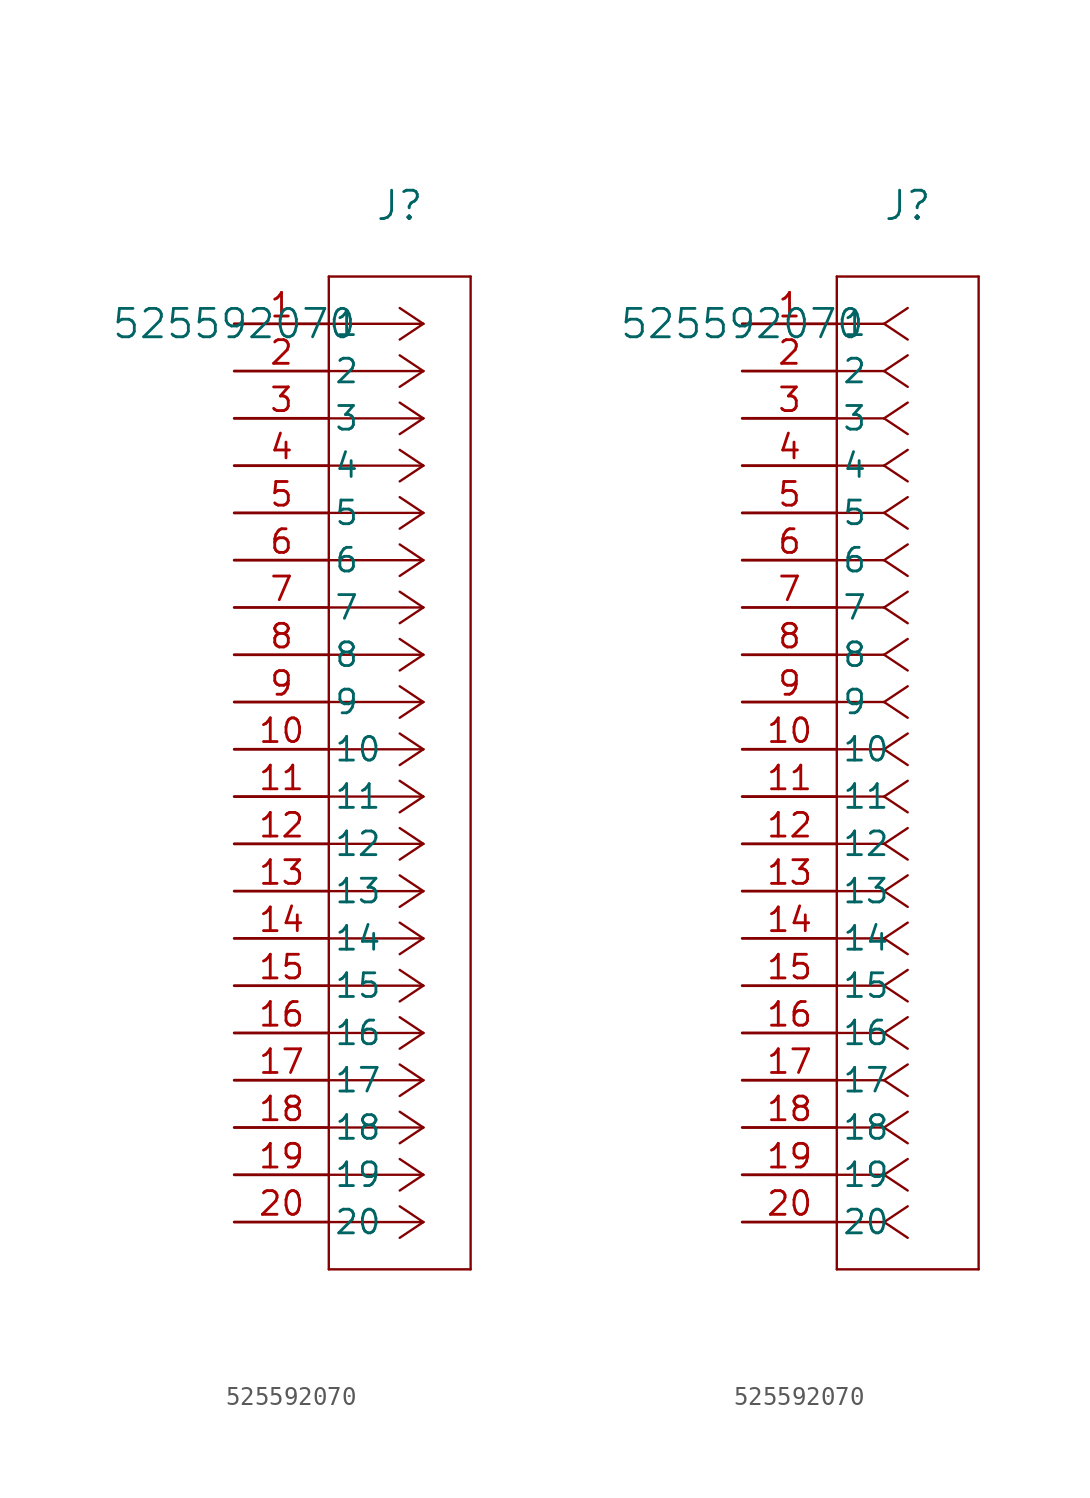
<source format=kicad_sym>
(kicad_symbol_lib
  (version 20211014)
  (generator kicad_symbol_editor)
  (symbol "525592070"
    (pin_names
      (offset 0.254))
    (property "Reference" "J"
      (at 8.89 6.35 0)
      (effects (font (size 1.524 1.524))))
    (property "Value" "525592070"
      (at 0 0 0)
      (effects (font (size 1.524 1.524))))
    (symbol "525592070_1_1"
      (polyline (pts (xy 10.16 0) (xy 5.08 0)) (stroke (width 0.127) (type default) (color 0 0 0 0)) (fill (type none)))
      (polyline (pts (xy 10.16 -2.54) (xy 5.08 -2.54)) (stroke (width 0.127) (type default) (color 0 0 0 0)) (fill (type none)))
      (polyline (pts (xy 10.16 -5.08) (xy 5.08 -5.08)) (stroke (width 0.127) (type default) (color 0 0 0 0)) (fill (type none)))
      (polyline (pts (xy 10.16 -7.62) (xy 5.08 -7.62)) (stroke (width 0.127) (type default) (color 0 0 0 0)) (fill (type none)))
      (polyline (pts (xy 10.16 -10.16) (xy 5.08 -10.16)) (stroke (width 0.127) (type default) (color 0 0 0 0)) (fill (type none)))
      (polyline (pts (xy 10.16 -12.7) (xy 5.08 -12.7)) (stroke (width 0.127) (type default) (color 0 0 0 0)) (fill (type none)))
      (polyline (pts (xy 10.16 -15.24) (xy 5.08 -15.24)) (stroke (width 0.127) (type default) (color 0 0 0 0)) (fill (type none)))
      (polyline (pts (xy 10.16 -17.78) (xy 5.08 -17.78)) (stroke (width 0.127) (type default) (color 0 0 0 0)) (fill (type none)))
      (polyline (pts (xy 10.16 -20.32) (xy 5.08 -20.32)) (stroke (width 0.127) (type default) (color 0 0 0 0)) (fill (type none)))
      (polyline (pts (xy 10.16 -22.86) (xy 5.08 -22.86)) (stroke (width 0.127) (type default) (color 0 0 0 0)) (fill (type none)))
      (polyline (pts (xy 10.16 -25.4) (xy 5.08 -25.4)) (stroke (width 0.127) (type default) (color 0 0 0 0)) (fill (type none)))
      (polyline (pts (xy 10.16 -27.94) (xy 5.08 -27.94)) (stroke (width 0.127) (type default) (color 0 0 0 0)) (fill (type none)))
      (polyline (pts (xy 10.16 -30.48) (xy 5.08 -30.48)) (stroke (width 0.127) (type default) (color 0 0 0 0)) (fill (type none)))
      (polyline (pts (xy 10.16 -33.02) (xy 5.08 -33.02)) (stroke (width 0.127) (type default) (color 0 0 0 0)) (fill (type none)))
      (polyline (pts (xy 10.16 -35.56) (xy 5.08 -35.56)) (stroke (width 0.127) (type default) (color 0 0 0 0)) (fill (type none)))
      (polyline (pts (xy 10.16 -38.1) (xy 5.08 -38.1)) (stroke (width 0.127) (type default) (color 0 0 0 0)) (fill (type none)))
      (polyline (pts (xy 10.16 -40.64) (xy 5.08 -40.64)) (stroke (width 0.127) (type default) (color 0 0 0 0)) (fill (type none)))
      (polyline (pts (xy 10.16 -43.18) (xy 5.08 -43.18)) (stroke (width 0.127) (type default) (color 0 0 0 0)) (fill (type none)))
      (polyline (pts (xy 10.16 -45.72) (xy 5.08 -45.72)) (stroke (width 0.127) (type default) (color 0 0 0 0)) (fill (type none)))
      (polyline (pts (xy 10.16 -48.26) (xy 5.08 -48.26)) (stroke (width 0.127) (type default) (color 0 0 0 0)) (fill (type none)))
      (polyline (pts (xy 10.16 0) (xy 8.89 0.847)) (stroke (width 0.127) (type default) (color 0 0 0 0)) (fill (type none)))
      (polyline (pts (xy 10.16 -2.54) (xy 8.89 -1.693)) (stroke (width 0.127) (type default) (color 0 0 0 0)) (fill (type none)))
      (polyline (pts (xy 10.16 -5.08) (xy 8.89 -4.233)) (stroke (width 0.127) (type default) (color 0 0 0 0)) (fill (type none)))
      (polyline (pts (xy 10.16 -7.62) (xy 8.89 -6.773)) (stroke (width 0.127) (type default) (color 0 0 0 0)) (fill (type none)))
      (polyline (pts (xy 10.16 -10.16) (xy 8.89 -9.313)) (stroke (width 0.127) (type default) (color 0 0 0 0)) (fill (type none)))
      (polyline (pts (xy 10.16 -12.7) (xy 8.89 -11.853)) (stroke (width 0.127) (type default) (color 0 0 0 0)) (fill (type none)))
      (polyline (pts (xy 10.16 -15.24) (xy 8.89 -14.393)) (stroke (width 0.127) (type default) (color 0 0 0 0)) (fill (type none)))
      (polyline (pts (xy 10.16 -17.78) (xy 8.89 -16.933)) (stroke (width 0.127) (type default) (color 0 0 0 0)) (fill (type none)))
      (polyline (pts (xy 10.16 -20.32) (xy 8.89 -19.473)) (stroke (width 0.127) (type default) (color 0 0 0 0)) (fill (type none)))
      (polyline (pts (xy 10.16 -22.86) (xy 8.89 -22.013)) (stroke (width 0.127) (type default) (color 0 0 0 0)) (fill (type none)))
      (polyline (pts (xy 10.16 -25.4) (xy 8.89 -24.553)) (stroke (width 0.127) (type default) (color 0 0 0 0)) (fill (type none)))
      (polyline (pts (xy 10.16 -27.94) (xy 8.89 -27.093)) (stroke (width 0.127) (type default) (color 0 0 0 0)) (fill (type none)))
      (polyline (pts (xy 10.16 -30.48) (xy 8.89 -29.633)) (stroke (width 0.127) (type default) (color 0 0 0 0)) (fill (type none)))
      (polyline (pts (xy 10.16 -33.02) (xy 8.89 -32.173)) (stroke (width 0.127) (type default) (color 0 0 0 0)) (fill (type none)))
      (polyline (pts (xy 10.16 -35.56) (xy 8.89 -34.713)) (stroke (width 0.127) (type default) (color 0 0 0 0)) (fill (type none)))
      (polyline (pts (xy 10.16 -38.1) (xy 8.89 -37.253)) (stroke (width 0.127) (type default) (color 0 0 0 0)) (fill (type none)))
      (polyline (pts (xy 10.16 -40.64) (xy 8.89 -39.793)) (stroke (width 0.127) (type default) (color 0 0 0 0)) (fill (type none)))
      (polyline (pts (xy 10.16 -43.18) (xy 8.89 -42.333)) (stroke (width 0.127) (type default) (color 0 0 0 0)) (fill (type none)))
      (polyline (pts (xy 10.16 -45.72) (xy 8.89 -44.873)) (stroke (width 0.127) (type default) (color 0 0 0 0)) (fill (type none)))
      (polyline (pts (xy 10.16 -48.26) (xy 8.89 -47.413)) (stroke (width 0.127) (type default) (color 0 0 0 0)) (fill (type none)))
      (polyline (pts (xy 10.16 0) (xy 8.89 -0.847)) (stroke (width 0.127) (type default) (color 0 0 0 0)) (fill (type none)))
      (polyline (pts (xy 10.16 -2.54) (xy 8.89 -3.387)) (stroke (width 0.127) (type default) (color 0 0 0 0)) (fill (type none)))
      (polyline (pts (xy 10.16 -5.08) (xy 8.89 -5.927)) (stroke (width 0.127) (type default) (color 0 0 0 0)) (fill (type none)))
      (polyline (pts (xy 10.16 -7.62) (xy 8.89 -8.467)) (stroke (width 0.127) (type default) (color 0 0 0 0)) (fill (type none)))
      (polyline (pts (xy 10.16 -10.16) (xy 8.89 -11.007)) (stroke (width 0.127) (type default) (color 0 0 0 0)) (fill (type none)))
      (polyline (pts (xy 10.16 -12.7) (xy 8.89 -13.547)) (stroke (width 0.127) (type default) (color 0 0 0 0)) (fill (type none)))
      (polyline (pts (xy 10.16 -15.24) (xy 8.89 -16.087)) (stroke (width 0.127) (type default) (color 0 0 0 0)) (fill (type none)))
      (polyline (pts (xy 10.16 -17.78) (xy 8.89 -18.627)) (stroke (width 0.127) (type default) (color 0 0 0 0)) (fill (type none)))
      (polyline (pts (xy 10.16 -20.32) (xy 8.89 -21.167)) (stroke (width 0.127) (type default) (color 0 0 0 0)) (fill (type none)))
      (polyline (pts (xy 10.16 -22.86) (xy 8.89 -23.707)) (stroke (width 0.127) (type default) (color 0 0 0 0)) (fill (type none)))
      (polyline (pts (xy 10.16 -25.4) (xy 8.89 -26.247)) (stroke (width 0.127) (type default) (color 0 0 0 0)) (fill (type none)))
      (polyline (pts (xy 10.16 -27.94) (xy 8.89 -28.787)) (stroke (width 0.127) (type default) (color 0 0 0 0)) (fill (type none)))
      (polyline (pts (xy 10.16 -30.48) (xy 8.89 -31.327)) (stroke (width 0.127) (type default) (color 0 0 0 0)) (fill (type none)))
      (polyline (pts (xy 10.16 -33.02) (xy 8.89 -33.867)) (stroke (width 0.127) (type default) (color 0 0 0 0)) (fill (type none)))
      (polyline (pts (xy 10.16 -35.56) (xy 8.89 -36.407)) (stroke (width 0.127) (type default) (color 0 0 0 0)) (fill (type none)))
      (polyline (pts (xy 10.16 -38.1) (xy 8.89 -38.947)) (stroke (width 0.127) (type default) (color 0 0 0 0)) (fill (type none)))
      (polyline (pts (xy 10.16 -40.64) (xy 8.89 -41.487)) (stroke (width 0.127) (type default) (color 0 0 0 0)) (fill (type none)))
      (polyline (pts (xy 10.16 -43.18) (xy 8.89 -44.027)) (stroke (width 0.127) (type default) (color 0 0 0 0)) (fill (type none)))
      (polyline (pts (xy 10.16 -45.72) (xy 8.89 -46.567)) (stroke (width 0.127) (type default) (color 0 0 0 0)) (fill (type none)))
      (polyline (pts (xy 10.16 -48.26) (xy 8.89 -49.107)) (stroke (width 0.127) (type default) (color 0 0 0 0)) (fill (type none)))
      (polyline (pts (xy 5.08 2.54) (xy 5.08 -50.8)) (stroke (width 0.127) (type default) (color 0 0 0 0)) (fill (type none)))
      (polyline (pts (xy 5.08 -50.8) (xy 12.7 -50.8)) (stroke (width 0.127) (type default) (color 0 0 0 0)) (fill (type none)))
      (polyline (pts (xy 12.7 -50.8) (xy 12.7 2.54)) (stroke (width 0.127) (type default) (color 0 0 0 0)) (fill (type none)))
      (polyline (pts (xy 12.7 2.54) (xy 5.08 2.54)) (stroke (width 0.127) (type default) (color 0 0 0 0)) (fill (type none)))
      (pin unspecified line (at 0 0 0) (length 5.08) (name "1" (effects (font (size 1.27 1.27)))) (number "1" (effects (font (size 1.27 1.27)))))
      (pin unspecified line (at 0 -2.54 0) (length 5.08) (name "2" (effects (font (size 1.27 1.27)))) (number "2" (effects (font (size 1.27 1.27)))))
      (pin unspecified line (at 0 -5.08 0) (length 5.08) (name "3" (effects (font (size 1.27 1.27)))) (number "3" (effects (font (size 1.27 1.27)))))
      (pin unspecified line (at 0 -7.62 0) (length 5.08) (name "4" (effects (font (size 1.27 1.27)))) (number "4" (effects (font (size 1.27 1.27)))))
      (pin unspecified line (at 0 -10.16 0) (length 5.08) (name "5" (effects (font (size 1.27 1.27)))) (number "5" (effects (font (size 1.27 1.27)))))
      (pin unspecified line (at 0 -12.7 0) (length 5.08) (name "6" (effects (font (size 1.27 1.27)))) (number "6" (effects (font (size 1.27 1.27)))))
      (pin unspecified line (at 0 -15.24 0) (length 5.08) (name "7" (effects (font (size 1.27 1.27)))) (number "7" (effects (font (size 1.27 1.27)))))
      (pin unspecified line (at 0 -17.78 0) (length 5.08) (name "8" (effects (font (size 1.27 1.27)))) (number "8" (effects (font (size 1.27 1.27)))))
      (pin unspecified line (at 0 -20.32 0) (length 5.08) (name "9" (effects (font (size 1.27 1.27)))) (number "9" (effects (font (size 1.27 1.27)))))
      (pin unspecified line (at 0 -22.86 0) (length 5.08) (name "10" (effects (font (size 1.27 1.27)))) (number "10" (effects (font (size 1.27 1.27)))))
      (pin unspecified line (at 0 -25.4 0) (length 5.08) (name "11" (effects (font (size 1.27 1.27)))) (number "11" (effects (font (size 1.27 1.27)))))
      (pin unspecified line (at 0 -27.94 0) (length 5.08) (name "12" (effects (font (size 1.27 1.27)))) (number "12" (effects (font (size 1.27 1.27)))))
      (pin unspecified line (at 0 -30.48 0) (length 5.08) (name "13" (effects (font (size 1.27 1.27)))) (number "13" (effects (font (size 1.27 1.27)))))
      (pin unspecified line (at 0 -33.02 0) (length 5.08) (name "14" (effects (font (size 1.27 1.27)))) (number "14" (effects (font (size 1.27 1.27)))))
      (pin unspecified line (at 0 -35.56 0) (length 5.08) (name "15" (effects (font (size 1.27 1.27)))) (number "15" (effects (font (size 1.27 1.27)))))
      (pin unspecified line (at 0 -38.1 0) (length 5.08) (name "16" (effects (font (size 1.27 1.27)))) (number "16" (effects (font (size 1.27 1.27)))))
      (pin unspecified line (at 0 -40.64 0) (length 5.08) (name "17" (effects (font (size 1.27 1.27)))) (number "17" (effects (font (size 1.27 1.27)))))
      (pin unspecified line (at 0 -43.18 0) (length 5.08) (name "18" (effects (font (size 1.27 1.27)))) (number "18" (effects (font (size 1.27 1.27)))))
      (pin unspecified line (at 0 -45.72 0) (length 5.08) (name "19" (effects (font (size 1.27 1.27)))) (number "19" (effects (font (size 1.27 1.27)))))
      (pin unspecified line (at 0 -48.26 0) (length 5.08) (name "20" (effects (font (size 1.27 1.27)))) (number "20" (effects (font (size 1.27 1.27))))))
    (symbol "525592070_1_2"
      (polyline (pts (xy 7.62 0) (xy 5.08 0)) (stroke (width 0.127) (type default) (color 0 0 0 0)) (fill (type none)))
      (polyline (pts (xy 7.62 -2.54) (xy 5.08 -2.54)) (stroke (width 0.127) (type default) (color 0 0 0 0)) (fill (type none)))
      (polyline (pts (xy 7.62 -5.08) (xy 5.08 -5.08)) (stroke (width 0.127) (type default) (color 0 0 0 0)) (fill (type none)))
      (polyline (pts (xy 7.62 -7.62) (xy 5.08 -7.62)) (stroke (width 0.127) (type default) (color 0 0 0 0)) (fill (type none)))
      (polyline (pts (xy 7.62 -10.16) (xy 5.08 -10.16)) (stroke (width 0.127) (type default) (color 0 0 0 0)) (fill (type none)))
      (polyline (pts (xy 7.62 -12.7) (xy 5.08 -12.7)) (stroke (width 0.127) (type default) (color 0 0 0 0)) (fill (type none)))
      (polyline (pts (xy 7.62 -15.24) (xy 5.08 -15.24)) (stroke (width 0.127) (type default) (color 0 0 0 0)) (fill (type none)))
      (polyline (pts (xy 7.62 -17.78) (xy 5.08 -17.78)) (stroke (width 0.127) (type default) (color 0 0 0 0)) (fill (type none)))
      (polyline (pts (xy 7.62 -20.32) (xy 5.08 -20.32)) (stroke (width 0.127) (type default) (color 0 0 0 0)) (fill (type none)))
      (polyline (pts (xy 7.62 -22.86) (xy 5.08 -22.86)) (stroke (width 0.127) (type default) (color 0 0 0 0)) (fill (type none)))
      (polyline (pts (xy 7.62 -25.4) (xy 5.08 -25.4)) (stroke (width 0.127) (type default) (color 0 0 0 0)) (fill (type none)))
      (polyline (pts (xy 7.62 -27.94) (xy 5.08 -27.94)) (stroke (width 0.127) (type default) (color 0 0 0 0)) (fill (type none)))
      (polyline (pts (xy 7.62 -30.48) (xy 5.08 -30.48)) (stroke (width 0.127) (type default) (color 0 0 0 0)) (fill (type none)))
      (polyline (pts (xy 7.62 -33.02) (xy 5.08 -33.02)) (stroke (width 0.127) (type default) (color 0 0 0 0)) (fill (type none)))
      (polyline (pts (xy 7.62 -35.56) (xy 5.08 -35.56)) (stroke (width 0.127) (type default) (color 0 0 0 0)) (fill (type none)))
      (polyline (pts (xy 7.62 -38.1) (xy 5.08 -38.1)) (stroke (width 0.127) (type default) (color 0 0 0 0)) (fill (type none)))
      (polyline (pts (xy 7.62 -40.64) (xy 5.08 -40.64)) (stroke (width 0.127) (type default) (color 0 0 0 0)) (fill (type none)))
      (polyline (pts (xy 7.62 -43.18) (xy 5.08 -43.18)) (stroke (width 0.127) (type default) (color 0 0 0 0)) (fill (type none)))
      (polyline (pts (xy 7.62 -45.72) (xy 5.08 -45.72)) (stroke (width 0.127) (type default) (color 0 0 0 0)) (fill (type none)))
      (polyline (pts (xy 7.62 -48.26) (xy 5.08 -48.26)) (stroke (width 0.127) (type default) (color 0 0 0 0)) (fill (type none)))
      (polyline (pts (xy 7.62 0) (xy 8.89 0.847)) (stroke (width 0.127) (type default) (color 0 0 0 0)) (fill (type none)))
      (polyline (pts (xy 7.62 -2.54) (xy 8.89 -1.693)) (stroke (width 0.127) (type default) (color 0 0 0 0)) (fill (type none)))
      (polyline (pts (xy 7.62 -5.08) (xy 8.89 -4.233)) (stroke (width 0.127) (type default) (color 0 0 0 0)) (fill (type none)))
      (polyline (pts (xy 7.62 -7.62) (xy 8.89 -6.773)) (stroke (width 0.127) (type default) (color 0 0 0 0)) (fill (type none)))
      (polyline (pts (xy 7.62 -10.16) (xy 8.89 -9.313)) (stroke (width 0.127) (type default) (color 0 0 0 0)) (fill (type none)))
      (polyline (pts (xy 7.62 -12.7) (xy 8.89 -11.853)) (stroke (width 0.127) (type default) (color 0 0 0 0)) (fill (type none)))
      (polyline (pts (xy 7.62 -15.24) (xy 8.89 -14.393)) (stroke (width 0.127) (type default) (color 0 0 0 0)) (fill (type none)))
      (polyline (pts (xy 7.62 -17.78) (xy 8.89 -16.933)) (stroke (width 0.127) (type default) (color 0 0 0 0)) (fill (type none)))
      (polyline (pts (xy 7.62 -20.32) (xy 8.89 -19.473)) (stroke (width 0.127) (type default) (color 0 0 0 0)) (fill (type none)))
      (polyline (pts (xy 7.62 -22.86) (xy 8.89 -22.013)) (stroke (width 0.127) (type default) (color 0 0 0 0)) (fill (type none)))
      (polyline (pts (xy 7.62 -25.4) (xy 8.89 -24.553)) (stroke (width 0.127) (type default) (color 0 0 0 0)) (fill (type none)))
      (polyline (pts (xy 7.62 -27.94) (xy 8.89 -27.093)) (stroke (width 0.127) (type default) (color 0 0 0 0)) (fill (type none)))
      (polyline (pts (xy 7.62 -30.48) (xy 8.89 -29.633)) (stroke (width 0.127) (type default) (color 0 0 0 0)) (fill (type none)))
      (polyline (pts (xy 7.62 -33.02) (xy 8.89 -32.173)) (stroke (width 0.127) (type default) (color 0 0 0 0)) (fill (type none)))
      (polyline (pts (xy 7.62 -35.56) (xy 8.89 -34.713)) (stroke (width 0.127) (type default) (color 0 0 0 0)) (fill (type none)))
      (polyline (pts (xy 7.62 -38.1) (xy 8.89 -37.253)) (stroke (width 0.127) (type default) (color 0 0 0 0)) (fill (type none)))
      (polyline (pts (xy 7.62 -40.64) (xy 8.89 -39.793)) (stroke (width 0.127) (type default) (color 0 0 0 0)) (fill (type none)))
      (polyline (pts (xy 7.62 -43.18) (xy 8.89 -42.333)) (stroke (width 0.127) (type default) (color 0 0 0 0)) (fill (type none)))
      (polyline (pts (xy 7.62 -45.72) (xy 8.89 -44.873)) (stroke (width 0.127) (type default) (color 0 0 0 0)) (fill (type none)))
      (polyline (pts (xy 7.62 -48.26) (xy 8.89 -47.413)) (stroke (width 0.127) (type default) (color 0 0 0 0)) (fill (type none)))
      (polyline (pts (xy 7.62 0) (xy 8.89 -0.847)) (stroke (width 0.127) (type default) (color 0 0 0 0)) (fill (type none)))
      (polyline (pts (xy 7.62 -2.54) (xy 8.89 -3.387)) (stroke (width 0.127) (type default) (color 0 0 0 0)) (fill (type none)))
      (polyline (pts (xy 7.62 -5.08) (xy 8.89 -5.927)) (stroke (width 0.127) (type default) (color 0 0 0 0)) (fill (type none)))
      (polyline (pts (xy 7.62 -7.62) (xy 8.89 -8.467)) (stroke (width 0.127) (type default) (color 0 0 0 0)) (fill (type none)))
      (polyline (pts (xy 7.62 -10.16) (xy 8.89 -11.007)) (stroke (width 0.127) (type default) (color 0 0 0 0)) (fill (type none)))
      (polyline (pts (xy 7.62 -12.7) (xy 8.89 -13.547)) (stroke (width 0.127) (type default) (color 0 0 0 0)) (fill (type none)))
      (polyline (pts (xy 7.62 -15.24) (xy 8.89 -16.087)) (stroke (width 0.127) (type default) (color 0 0 0 0)) (fill (type none)))
      (polyline (pts (xy 7.62 -17.78) (xy 8.89 -18.627)) (stroke (width 0.127) (type default) (color 0 0 0 0)) (fill (type none)))
      (polyline (pts (xy 7.62 -20.32) (xy 8.89 -21.167)) (stroke (width 0.127) (type default) (color 0 0 0 0)) (fill (type none)))
      (polyline (pts (xy 7.62 -22.86) (xy 8.89 -23.707)) (stroke (width 0.127) (type default) (color 0 0 0 0)) (fill (type none)))
      (polyline (pts (xy 7.62 -25.4) (xy 8.89 -26.247)) (stroke (width 0.127) (type default) (color 0 0 0 0)) (fill (type none)))
      (polyline (pts (xy 7.62 -27.94) (xy 8.89 -28.787)) (stroke (width 0.127) (type default) (color 0 0 0 0)) (fill (type none)))
      (polyline (pts (xy 7.62 -30.48) (xy 8.89 -31.327)) (stroke (width 0.127) (type default) (color 0 0 0 0)) (fill (type none)))
      (polyline (pts (xy 7.62 -33.02) (xy 8.89 -33.867)) (stroke (width 0.127) (type default) (color 0 0 0 0)) (fill (type none)))
      (polyline (pts (xy 7.62 -35.56) (xy 8.89 -36.407)) (stroke (width 0.127) (type default) (color 0 0 0 0)) (fill (type none)))
      (polyline (pts (xy 7.62 -38.1) (xy 8.89 -38.947)) (stroke (width 0.127) (type default) (color 0 0 0 0)) (fill (type none)))
      (polyline (pts (xy 7.62 -40.64) (xy 8.89 -41.487)) (stroke (width 0.127) (type default) (color 0 0 0 0)) (fill (type none)))
      (polyline (pts (xy 7.62 -43.18) (xy 8.89 -44.027)) (stroke (width 0.127) (type default) (color 0 0 0 0)) (fill (type none)))
      (polyline (pts (xy 7.62 -45.72) (xy 8.89 -46.567)) (stroke (width 0.127) (type default) (color 0 0 0 0)) (fill (type none)))
      (polyline (pts (xy 7.62 -48.26) (xy 8.89 -49.107)) (stroke (width 0.127) (type default) (color 0 0 0 0)) (fill (type none)))
      (polyline (pts (xy 5.08 2.54) (xy 5.08 -50.8)) (stroke (width 0.127) (type default) (color 0 0 0 0)) (fill (type none)))
      (polyline (pts (xy 5.08 -50.8) (xy 12.7 -50.8)) (stroke (width 0.127) (type default) (color 0 0 0 0)) (fill (type none)))
      (polyline (pts (xy 12.7 -50.8) (xy 12.7 2.54)) (stroke (width 0.127) (type default) (color 0 0 0 0)) (fill (type none)))
      (polyline (pts (xy 12.7 2.54) (xy 5.08 2.54)) (stroke (width 0.127) (type default) (color 0 0 0 0)) (fill (type none)))
      (pin unspecified line (at 0 0 0) (length 5.08) (name "1" (effects (font (size 1.27 1.27)))) (number "1" (effects (font (size 1.27 1.27)))))
      (pin unspecified line (at 0 -2.54 0) (length 5.08) (name "2" (effects (font (size 1.27 1.27)))) (number "2" (effects (font (size 1.27 1.27)))))
      (pin unspecified line (at 0 -5.08 0) (length 5.08) (name "3" (effects (font (size 1.27 1.27)))) (number "3" (effects (font (size 1.27 1.27)))))
      (pin unspecified line (at 0 -7.62 0) (length 5.08) (name "4" (effects (font (size 1.27 1.27)))) (number "4" (effects (font (size 1.27 1.27)))))
      (pin unspecified line (at 0 -10.16 0) (length 5.08) (name "5" (effects (font (size 1.27 1.27)))) (number "5" (effects (font (size 1.27 1.27)))))
      (pin unspecified line (at 0 -12.7 0) (length 5.08) (name "6" (effects (font (size 1.27 1.27)))) (number "6" (effects (font (size 1.27 1.27)))))
      (pin unspecified line (at 0 -15.24 0) (length 5.08) (name "7" (effects (font (size 1.27 1.27)))) (number "7" (effects (font (size 1.27 1.27)))))
      (pin unspecified line (at 0 -17.78 0) (length 5.08) (name "8" (effects (font (size 1.27 1.27)))) (number "8" (effects (font (size 1.27 1.27)))))
      (pin unspecified line (at 0 -20.32 0) (length 5.08) (name "9" (effects (font (size 1.27 1.27)))) (number "9" (effects (font (size 1.27 1.27)))))
      (pin unspecified line (at 0 -22.86 0) (length 5.08) (name "10" (effects (font (size 1.27 1.27)))) (number "10" (effects (font (size 1.27 1.27)))))
      (pin unspecified line (at 0 -25.4 0) (length 5.08) (name "11" (effects (font (size 1.27 1.27)))) (number "11" (effects (font (size 1.27 1.27)))))
      (pin unspecified line (at 0 -27.94 0) (length 5.08) (name "12" (effects (font (size 1.27 1.27)))) (number "12" (effects (font (size 1.27 1.27)))))
      (pin unspecified line (at 0 -30.48 0) (length 5.08) (name "13" (effects (font (size 1.27 1.27)))) (number "13" (effects (font (size 1.27 1.27)))))
      (pin unspecified line (at 0 -33.02 0) (length 5.08) (name "14" (effects (font (size 1.27 1.27)))) (number "14" (effects (font (size 1.27 1.27)))))
      (pin unspecified line (at 0 -35.56 0) (length 5.08) (name "15" (effects (font (size 1.27 1.27)))) (number "15" (effects (font (size 1.27 1.27)))))
      (pin unspecified line (at 0 -38.1 0) (length 5.08) (name "16" (effects (font (size 1.27 1.27)))) (number "16" (effects (font (size 1.27 1.27)))))
      (pin unspecified line (at 0 -40.64 0) (length 5.08) (name "17" (effects (font (size 1.27 1.27)))) (number "17" (effects (font (size 1.27 1.27)))))
      (pin unspecified line (at 0 -43.18 0) (length 5.08) (name "18" (effects (font (size 1.27 1.27)))) (number "18" (effects (font (size 1.27 1.27)))))
      (pin unspecified line (at 0 -45.72 0) (length 5.08) (name "19" (effects (font (size 1.27 1.27)))) (number "19" (effects (font (size 1.27 1.27)))))
      (pin unspecified line (at 0 -48.26 0) (length 5.08) (name "20" (effects (font (size 1.27 1.27)))) (number "20" (effects (font (size 1.27 1.27))))))))
</source>
